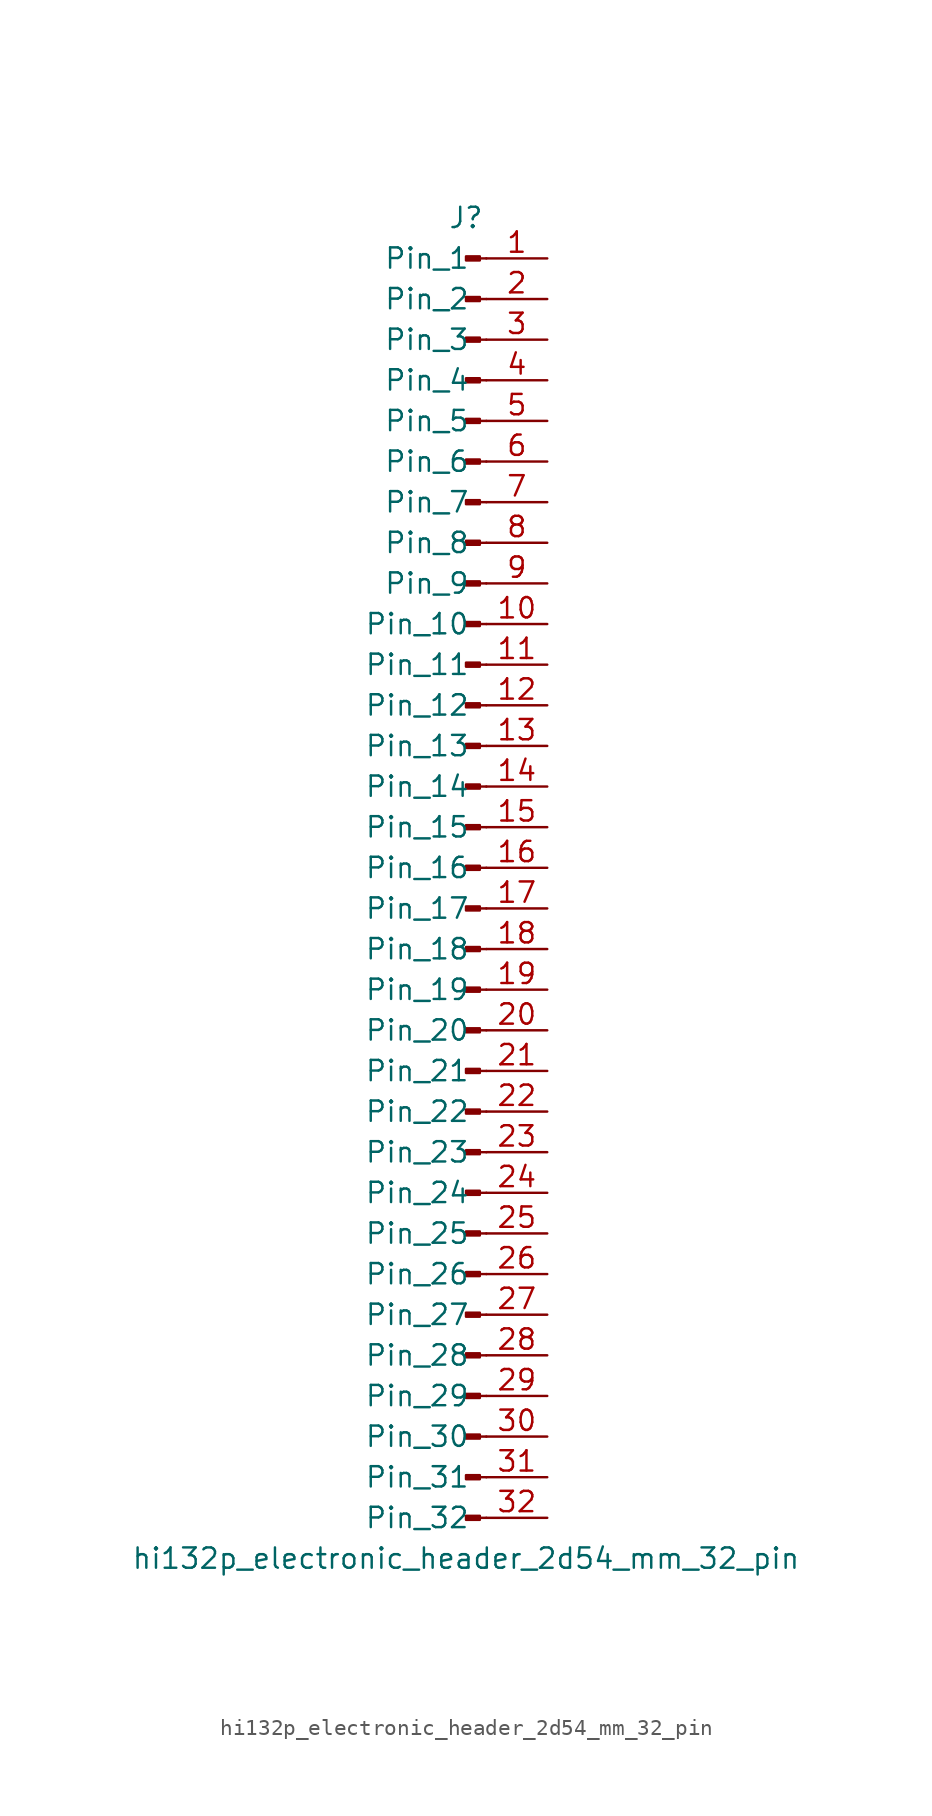
<source format=kicad_sym>
(kicad_symbol_lib
  (version 20220914)
  (generator kicad_symbol_editor)
  (symbol "hi132p_electronic_header_2d54_mm_32_pin"
    (pin_names
      (offset 1.016))
    (property "Reference" "J"
      (at 0 40.64 0)
      (effects (font (size 1.27 1.27))))
    (property "Value" "hi132p_electronic_header_2d54_mm_32_pin"
      (at 0 -43.18 0)
      (effects (font (size 1.27 1.27))))
    (property "ki_locked" ""
      (at 0 0 0)
      (effects (font (size 1.27 1.27))))
    (symbol "hi132p_electronic_header_2d54_mm_32_pin_1_1"
      (polyline (pts (xy 1.27 -40.64) (xy 0.864 -40.64)) (stroke (width 0.152) (type default)) (fill (type none)))
      (polyline (pts (xy 1.27 -38.1) (xy 0.864 -38.1)) (stroke (width 0.152) (type default)) (fill (type none)))
      (polyline (pts (xy 1.27 -35.56) (xy 0.864 -35.56)) (stroke (width 0.152) (type default)) (fill (type none)))
      (polyline (pts (xy 1.27 -33.02) (xy 0.864 -33.02)) (stroke (width 0.152) (type default)) (fill (type none)))
      (polyline (pts (xy 1.27 -30.48) (xy 0.864 -30.48)) (stroke (width 0.152) (type default)) (fill (type none)))
      (polyline (pts (xy 1.27 -27.94) (xy 0.864 -27.94)) (stroke (width 0.152) (type default)) (fill (type none)))
      (polyline (pts (xy 1.27 -25.4) (xy 0.864 -25.4)) (stroke (width 0.152) (type default)) (fill (type none)))
      (polyline (pts (xy 1.27 -22.86) (xy 0.864 -22.86)) (stroke (width 0.152) (type default)) (fill (type none)))
      (polyline (pts (xy 1.27 -20.32) (xy 0.864 -20.32)) (stroke (width 0.152) (type default)) (fill (type none)))
      (polyline (pts (xy 1.27 -17.78) (xy 0.864 -17.78)) (stroke (width 0.152) (type default)) (fill (type none)))
      (polyline (pts (xy 1.27 -15.24) (xy 0.864 -15.24)) (stroke (width 0.152) (type default)) (fill (type none)))
      (polyline (pts (xy 1.27 -12.7) (xy 0.864 -12.7)) (stroke (width 0.152) (type default)) (fill (type none)))
      (polyline (pts (xy 1.27 -10.16) (xy 0.864 -10.16)) (stroke (width 0.152) (type default)) (fill (type none)))
      (polyline (pts (xy 1.27 -7.62) (xy 0.864 -7.62)) (stroke (width 0.152) (type default)) (fill (type none)))
      (polyline (pts (xy 1.27 -5.08) (xy 0.864 -5.08)) (stroke (width 0.152) (type default)) (fill (type none)))
      (polyline (pts (xy 1.27 -2.54) (xy 0.864 -2.54)) (stroke (width 0.152) (type default)) (fill (type none)))
      (polyline (pts (xy 1.27 0) (xy 0.864 0)) (stroke (width 0.152) (type default)) (fill (type none)))
      (polyline (pts (xy 1.27 2.54) (xy 0.864 2.54)) (stroke (width 0.152) (type default)) (fill (type none)))
      (polyline (pts (xy 1.27 5.08) (xy 0.864 5.08)) (stroke (width 0.152) (type default)) (fill (type none)))
      (polyline (pts (xy 1.27 7.62) (xy 0.864 7.62)) (stroke (width 0.152) (type default)) (fill (type none)))
      (polyline (pts (xy 1.27 10.16) (xy 0.864 10.16)) (stroke (width 0.152) (type default)) (fill (type none)))
      (polyline (pts (xy 1.27 12.7) (xy 0.864 12.7)) (stroke (width 0.152) (type default)) (fill (type none)))
      (polyline (pts (xy 1.27 15.24) (xy 0.864 15.24)) (stroke (width 0.152) (type default)) (fill (type none)))
      (polyline (pts (xy 1.27 17.78) (xy 0.864 17.78)) (stroke (width 0.152) (type default)) (fill (type none)))
      (polyline (pts (xy 1.27 20.32) (xy 0.864 20.32)) (stroke (width 0.152) (type default)) (fill (type none)))
      (polyline (pts (xy 1.27 22.86) (xy 0.864 22.86)) (stroke (width 0.152) (type default)) (fill (type none)))
      (polyline (pts (xy 1.27 25.4) (xy 0.864 25.4)) (stroke (width 0.152) (type default)) (fill (type none)))
      (polyline (pts (xy 1.27 27.94) (xy 0.864 27.94)) (stroke (width 0.152) (type default)) (fill (type none)))
      (polyline (pts (xy 1.27 30.48) (xy 0.864 30.48)) (stroke (width 0.152) (type default)) (fill (type none)))
      (polyline (pts (xy 1.27 33.02) (xy 0.864 33.02)) (stroke (width 0.152) (type default)) (fill (type none)))
      (polyline (pts (xy 1.27 35.56) (xy 0.864 35.56)) (stroke (width 0.152) (type default)) (fill (type none)))
      (polyline (pts (xy 1.27 38.1) (xy 0.864 38.1)) (stroke (width 0.152) (type default)) (fill (type none)))
      (rectangle (start 0.864 -40.513) (end 0 -40.767) (stroke (width 0.152) (type default)) (fill (type outline)))
      (rectangle (start 0.864 -37.973) (end 0 -38.227) (stroke (width 0.152) (type default)) (fill (type outline)))
      (rectangle (start 0.864 -35.433) (end 0 -35.687) (stroke (width 0.152) (type default)) (fill (type outline)))
      (rectangle (start 0.864 -32.893) (end 0 -33.147) (stroke (width 0.152) (type default)) (fill (type outline)))
      (rectangle (start 0.864 -30.353) (end 0 -30.607) (stroke (width 0.152) (type default)) (fill (type outline)))
      (rectangle (start 0.864 -27.813) (end 0 -28.067) (stroke (width 0.152) (type default)) (fill (type outline)))
      (rectangle (start 0.864 -25.273) (end 0 -25.527) (stroke (width 0.152) (type default)) (fill (type outline)))
      (rectangle (start 0.864 -22.733) (end 0 -22.987) (stroke (width 0.152) (type default)) (fill (type outline)))
      (rectangle (start 0.864 -20.193) (end 0 -20.447) (stroke (width 0.152) (type default)) (fill (type outline)))
      (rectangle (start 0.864 -17.653) (end 0 -17.907) (stroke (width 0.152) (type default)) (fill (type outline)))
      (rectangle (start 0.864 -15.113) (end 0 -15.367) (stroke (width 0.152) (type default)) (fill (type outline)))
      (rectangle (start 0.864 -12.573) (end 0 -12.827) (stroke (width 0.152) (type default)) (fill (type outline)))
      (rectangle (start 0.864 -10.033) (end 0 -10.287) (stroke (width 0.152) (type default)) (fill (type outline)))
      (rectangle (start 0.864 -7.493) (end 0 -7.747) (stroke (width 0.152) (type default)) (fill (type outline)))
      (rectangle (start 0.864 -4.953) (end 0 -5.207) (stroke (width 0.152) (type default)) (fill (type outline)))
      (rectangle (start 0.864 -2.413) (end 0 -2.667) (stroke (width 0.152) (type default)) (fill (type outline)))
      (rectangle (start 0.864 0.127) (end 0 -0.127) (stroke (width 0.152) (type default)) (fill (type outline)))
      (rectangle (start 0.864 2.667) (end 0 2.413) (stroke (width 0.152) (type default)) (fill (type outline)))
      (rectangle (start 0.864 5.207) (end 0 4.953) (stroke (width 0.152) (type default)) (fill (type outline)))
      (rectangle (start 0.864 7.747) (end 0 7.493) (stroke (width 0.152) (type default)) (fill (type outline)))
      (rectangle (start 0.864 10.287) (end 0 10.033) (stroke (width 0.152) (type default)) (fill (type outline)))
      (rectangle (start 0.864 12.827) (end 0 12.573) (stroke (width 0.152) (type default)) (fill (type outline)))
      (rectangle (start 0.864 15.367) (end 0 15.113) (stroke (width 0.152) (type default)) (fill (type outline)))
      (rectangle (start 0.864 17.907) (end 0 17.653) (stroke (width 0.152) (type default)) (fill (type outline)))
      (rectangle (start 0.864 20.447) (end 0 20.193) (stroke (width 0.152) (type default)) (fill (type outline)))
      (rectangle (start 0.864 22.987) (end 0 22.733) (stroke (width 0.152) (type default)) (fill (type outline)))
      (rectangle (start 0.864 25.527) (end 0 25.273) (stroke (width 0.152) (type default)) (fill (type outline)))
      (rectangle (start 0.864 28.067) (end 0 27.813) (stroke (width 0.152) (type default)) (fill (type outline)))
      (rectangle (start 0.864 30.607) (end 0 30.353) (stroke (width 0.152) (type default)) (fill (type outline)))
      (rectangle (start 0.864 33.147) (end 0 32.893) (stroke (width 0.152) (type default)) (fill (type outline)))
      (rectangle (start 0.864 35.687) (end 0 35.433) (stroke (width 0.152) (type default)) (fill (type outline)))
      (rectangle (start 0.864 38.227) (end 0 37.973) (stroke (width 0.152) (type default)) (fill (type outline)))
      (pin passive line (at 5.08 38.1 180) (length 3.81) (name "Pin_1" (effects (font (size 1.27 1.27)))) (number "1" (effects (font (size 1.27 1.27)))))
      (pin passive line (at 5.08 15.24 180) (length 3.81) (name "Pin_10" (effects (font (size 1.27 1.27)))) (number "10" (effects (font (size 1.27 1.27)))))
      (pin passive line (at 5.08 12.7 180) (length 3.81) (name "Pin_11" (effects (font (size 1.27 1.27)))) (number "11" (effects (font (size 1.27 1.27)))))
      (pin passive line (at 5.08 10.16 180) (length 3.81) (name "Pin_12" (effects (font (size 1.27 1.27)))) (number "12" (effects (font (size 1.27 1.27)))))
      (pin passive line (at 5.08 7.62 180) (length 3.81) (name "Pin_13" (effects (font (size 1.27 1.27)))) (number "13" (effects (font (size 1.27 1.27)))))
      (pin passive line (at 5.08 5.08 180) (length 3.81) (name "Pin_14" (effects (font (size 1.27 1.27)))) (number "14" (effects (font (size 1.27 1.27)))))
      (pin passive line (at 5.08 2.54 180) (length 3.81) (name "Pin_15" (effects (font (size 1.27 1.27)))) (number "15" (effects (font (size 1.27 1.27)))))
      (pin passive line (at 5.08 0 180) (length 3.81) (name "Pin_16" (effects (font (size 1.27 1.27)))) (number "16" (effects (font (size 1.27 1.27)))))
      (pin passive line (at 5.08 -2.54 180) (length 3.81) (name "Pin_17" (effects (font (size 1.27 1.27)))) (number "17" (effects (font (size 1.27 1.27)))))
      (pin passive line (at 5.08 -5.08 180) (length 3.81) (name "Pin_18" (effects (font (size 1.27 1.27)))) (number "18" (effects (font (size 1.27 1.27)))))
      (pin passive line (at 5.08 -7.62 180) (length 3.81) (name "Pin_19" (effects (font (size 1.27 1.27)))) (number "19" (effects (font (size 1.27 1.27)))))
      (pin passive line (at 5.08 35.56 180) (length 3.81) (name "Pin_2" (effects (font (size 1.27 1.27)))) (number "2" (effects (font (size 1.27 1.27)))))
      (pin passive line (at 5.08 -10.16 180) (length 3.81) (name "Pin_20" (effects (font (size 1.27 1.27)))) (number "20" (effects (font (size 1.27 1.27)))))
      (pin passive line (at 5.08 -12.7 180) (length 3.81) (name "Pin_21" (effects (font (size 1.27 1.27)))) (number "21" (effects (font (size 1.27 1.27)))))
      (pin passive line (at 5.08 -15.24 180) (length 3.81) (name "Pin_22" (effects (font (size 1.27 1.27)))) (number "22" (effects (font (size 1.27 1.27)))))
      (pin passive line (at 5.08 -17.78 180) (length 3.81) (name "Pin_23" (effects (font (size 1.27 1.27)))) (number "23" (effects (font (size 1.27 1.27)))))
      (pin passive line (at 5.08 -20.32 180) (length 3.81) (name "Pin_24" (effects (font (size 1.27 1.27)))) (number "24" (effects (font (size 1.27 1.27)))))
      (pin passive line (at 5.08 -22.86 180) (length 3.81) (name "Pin_25" (effects (font (size 1.27 1.27)))) (number "25" (effects (font (size 1.27 1.27)))))
      (pin passive line (at 5.08 -25.4 180) (length 3.81) (name "Pin_26" (effects (font (size 1.27 1.27)))) (number "26" (effects (font (size 1.27 1.27)))))
      (pin passive line (at 5.08 -27.94 180) (length 3.81) (name "Pin_27" (effects (font (size 1.27 1.27)))) (number "27" (effects (font (size 1.27 1.27)))))
      (pin passive line (at 5.08 -30.48 180) (length 3.81) (name "Pin_28" (effects (font (size 1.27 1.27)))) (number "28" (effects (font (size 1.27 1.27)))))
      (pin passive line (at 5.08 -33.02 180) (length 3.81) (name "Pin_29" (effects (font (size 1.27 1.27)))) (number "29" (effects (font (size 1.27 1.27)))))
      (pin passive line (at 5.08 33.02 180) (length 3.81) (name "Pin_3" (effects (font (size 1.27 1.27)))) (number "3" (effects (font (size 1.27 1.27)))))
      (pin passive line (at 5.08 -35.56 180) (length 3.81) (name "Pin_30" (effects (font (size 1.27 1.27)))) (number "30" (effects (font (size 1.27 1.27)))))
      (pin passive line (at 5.08 -38.1 180) (length 3.81) (name "Pin_31" (effects (font (size 1.27 1.27)))) (number "31" (effects (font (size 1.27 1.27)))))
      (pin passive line (at 5.08 -40.64 180) (length 3.81) (name "Pin_32" (effects (font (size 1.27 1.27)))) (number "32" (effects (font (size 1.27 1.27)))))
      (pin passive line (at 5.08 30.48 180) (length 3.81) (name "Pin_4" (effects (font (size 1.27 1.27)))) (number "4" (effects (font (size 1.27 1.27)))))
      (pin passive line (at 5.08 27.94 180) (length 3.81) (name "Pin_5" (effects (font (size 1.27 1.27)))) (number "5" (effects (font (size 1.27 1.27)))))
      (pin passive line (at 5.08 25.4 180) (length 3.81) (name "Pin_6" (effects (font (size 1.27 1.27)))) (number "6" (effects (font (size 1.27 1.27)))))
      (pin passive line (at 5.08 22.86 180) (length 3.81) (name "Pin_7" (effects (font (size 1.27 1.27)))) (number "7" (effects (font (size 1.27 1.27)))))
      (pin passive line (at 5.08 20.32 180) (length 3.81) (name "Pin_8" (effects (font (size 1.27 1.27)))) (number "8" (effects (font (size 1.27 1.27)))))
      (pin passive line (at 5.08 17.78 180) (length 3.81) (name "Pin_9" (effects (font (size 1.27 1.27)))) (number "9" (effects (font (size 1.27 1.27))))))))
</source>
